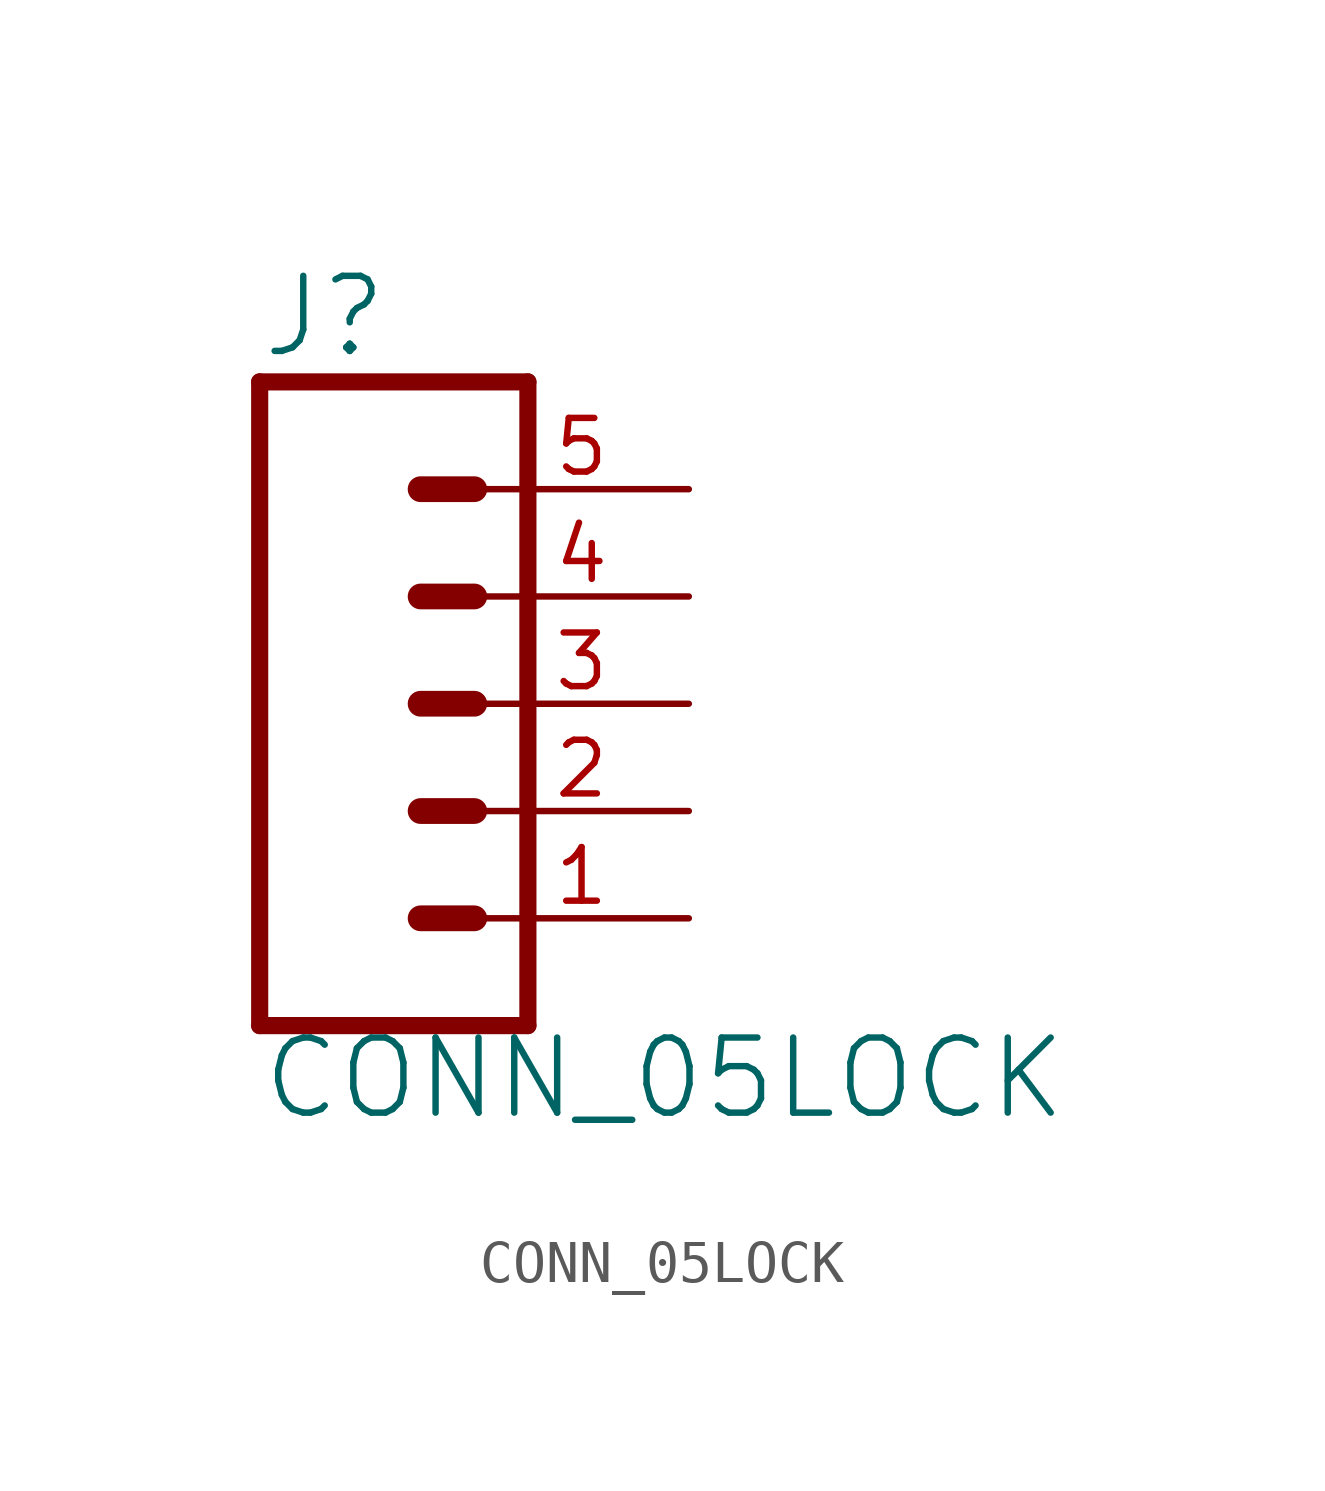
<source format=kicad_sym>
(kicad_symbol_lib
  (version 20211014)
  (generator kicad_symbol_editor)
  (symbol "CONN_05LOCK"
    (property "Reference" "J"
      (at -2.54 8.128 0)
      (effects (font (size 1.778 1.778)) (justify left bottom)))
    (property "Value" "CONN_05LOCK"
      (at -2.54 -9.906 0)
      (effects (font (size 1.778 1.778)) (justify left bottom)))
    (property "ki_locked" ""
      (at 0 0 0)
      (effects (font (size 1.27 1.27))))
    (symbol "CONN_05LOCK_1_0"
      (polyline (pts (xy -2.54 7.62) (xy -2.54 -7.62)) (stroke (width 0.406) (type default) (color 0 0 0 0)) (fill (type none)))
      (polyline (pts (xy -2.54 7.62) (xy 3.81 7.62)) (stroke (width 0.406) (type default) (color 0 0 0 0)) (fill (type none)))
      (polyline (pts (xy 1.27 -5.08) (xy 2.54 -5.08)) (stroke (width 0.61) (type default) (color 0 0 0 0)) (fill (type none)))
      (polyline (pts (xy 1.27 -2.54) (xy 2.54 -2.54)) (stroke (width 0.61) (type default) (color 0 0 0 0)) (fill (type none)))
      (polyline (pts (xy 1.27 0) (xy 2.54 0)) (stroke (width 0.61) (type default) (color 0 0 0 0)) (fill (type none)))
      (polyline (pts (xy 1.27 2.54) (xy 2.54 2.54)) (stroke (width 0.61) (type default) (color 0 0 0 0)) (fill (type none)))
      (polyline (pts (xy 1.27 5.08) (xy 2.54 5.08)) (stroke (width 0.61) (type default) (color 0 0 0 0)) (fill (type none)))
      (polyline (pts (xy 3.81 -7.62) (xy -2.54 -7.62)) (stroke (width 0.406) (type default) (color 0 0 0 0)) (fill (type none)))
      (polyline (pts (xy 3.81 -7.62) (xy 3.81 7.62)) (stroke (width 0.406) (type default) (color 0 0 0 0)) (fill (type none)))
      (pin passive line (at 7.62 -5.08 180) (length 5.08) (name "1" (effects (font (size 0 0)))) (number "1" (effects (font (size 1.27 1.27)))))
      (pin passive line (at 7.62 -2.54 180) (length 5.08) (name "2" (effects (font (size 0 0)))) (number "2" (effects (font (size 1.27 1.27)))))
      (pin passive line (at 7.62 0 180) (length 5.08) (name "3" (effects (font (size 0 0)))) (number "3" (effects (font (size 1.27 1.27)))))
      (pin passive line (at 7.62 2.54 180) (length 5.08) (name "4" (effects (font (size 0 0)))) (number "4" (effects (font (size 1.27 1.27)))))
      (pin passive line (at 7.62 5.08 180) (length 5.08) (name "5" (effects (font (size 0 0)))) (number "5" (effects (font (size 1.27 1.27))))))))
</source>
